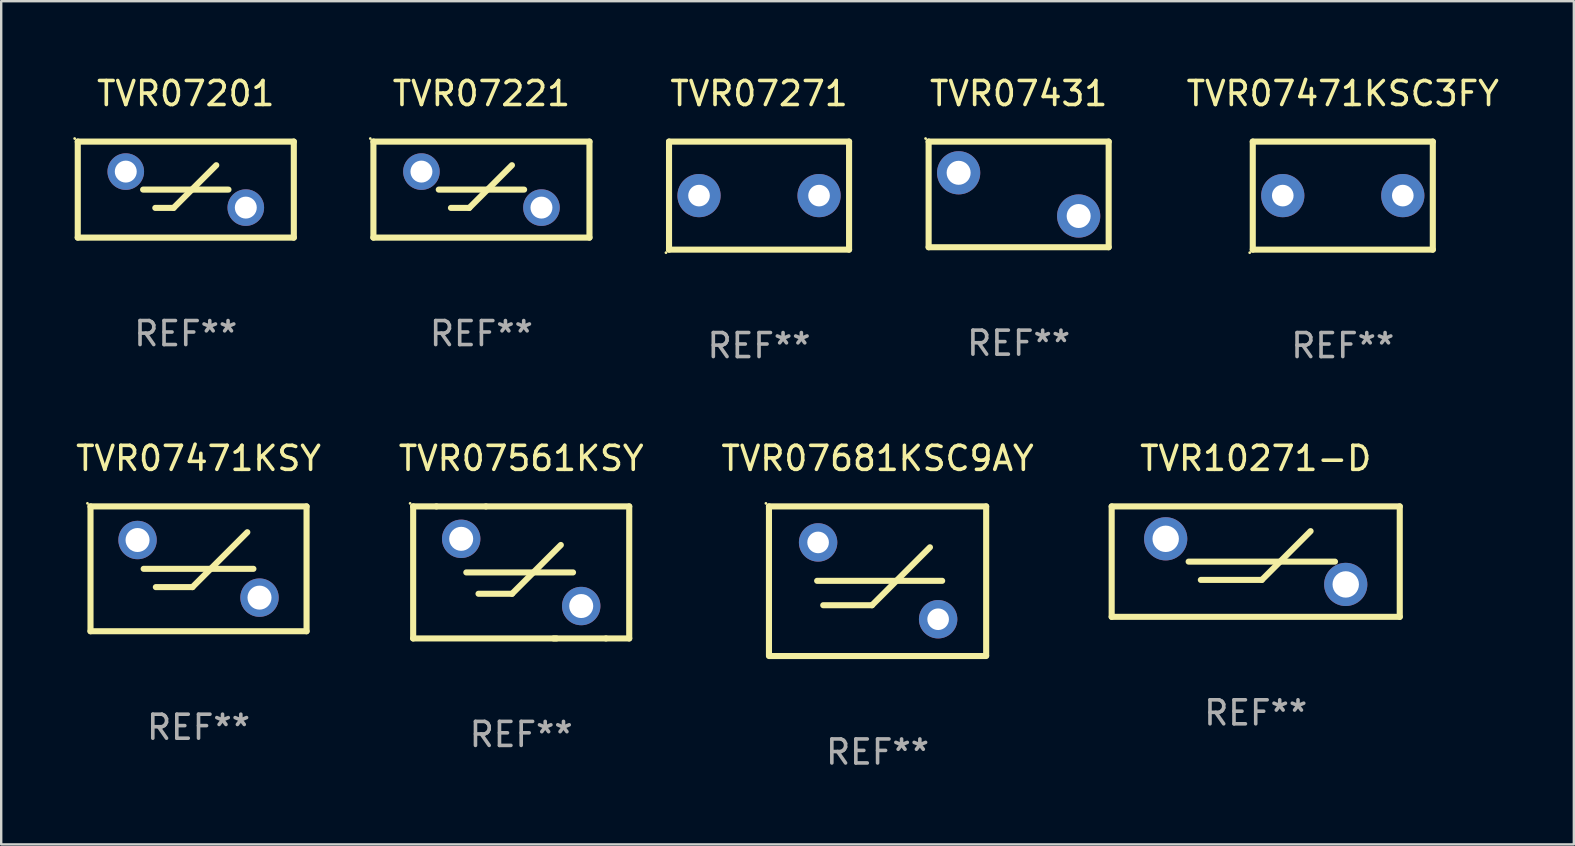
<source format=kicad_pcb>
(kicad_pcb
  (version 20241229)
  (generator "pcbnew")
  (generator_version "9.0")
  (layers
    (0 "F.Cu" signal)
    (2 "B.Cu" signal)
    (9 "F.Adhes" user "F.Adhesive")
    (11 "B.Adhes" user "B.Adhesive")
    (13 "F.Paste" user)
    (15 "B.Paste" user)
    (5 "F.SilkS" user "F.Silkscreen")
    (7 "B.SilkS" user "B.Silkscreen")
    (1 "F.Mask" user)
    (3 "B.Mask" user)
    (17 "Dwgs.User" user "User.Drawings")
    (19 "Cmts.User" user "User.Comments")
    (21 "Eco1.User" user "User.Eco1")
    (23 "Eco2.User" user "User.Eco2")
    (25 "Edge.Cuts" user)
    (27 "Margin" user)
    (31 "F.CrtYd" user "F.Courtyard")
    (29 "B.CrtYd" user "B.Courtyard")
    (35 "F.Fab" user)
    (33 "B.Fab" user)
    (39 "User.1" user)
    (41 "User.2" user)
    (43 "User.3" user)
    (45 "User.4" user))
  (footprint "TVR07561KSY"
    (layer "F.Cu")
    (at 18.661 20.795)
    (property "Reference" "TVR07561KSY" (at 0 -4.75 0) (layer "F.SilkS") (effects (font (size 1 1) (thickness 0.15))))
    (attr through_hole)
    (fp_line (start -4.5 -2.75) (end -3.531 -2.75) (stroke (width 0.254) (type solid)) (layer "F.SilkS"))
    (fp_line (start -4.5 2.75) (end -4.5 -2.75) (stroke (width 0.254) (type solid)) (layer "F.SilkS"))
    (fp_line (start -4.5 2.75) (end 1.469 2.75) (stroke (width 0.254) (type solid)) (layer "F.SilkS"))
    (fp_line (start -3.531 -2.75) (end -1.469 -2.75) (stroke (width 0.254) (type solid)) (layer "F.SilkS"))
    (fp_line (start -2.286 0) (end 2.159 0) (stroke (width 0.254) (type solid)) (layer "F.SilkS"))
    (fp_line (start -1.778 0.889) (end -0.381 0.889) (stroke (width 0.254) (type solid)) (layer "F.SilkS"))
    (fp_line (start -1.469 -2.75) (end 4.5 -2.75) (stroke (width 0.254) (type solid)) (layer "F.SilkS"))
    (fp_line (start -0.381 0.889) (end 1.651 -1.143) (stroke (width 0.254) (type solid)) (layer "F.SilkS"))
    (fp_line (start 1.352 2.75) (end 3.531 2.75) (stroke (width 0.254) (type solid)) (layer "F.SilkS"))
    (fp_line (start 3.531 2.75) (end 4.5 2.75) (stroke (width 0.254) (type solid)) (layer "F.SilkS"))
    (fp_line (start 4.5 -2.75) (end 4.5 2.75) (stroke (width 0.254) (type solid)) (layer "F.SilkS"))
    (fp_circle (center -4.627 -2.877) (end -4.597 -2.877) (stroke (width 0.06) (type solid)) (fill no) (layer "F.SilkS"))
    (fp_text user "REF**" (at 0 6.75 0) (layer "F.Fab") (effects (font (size 1 1) (thickness 0.15))))
    (pad "1" thru_hole circle (at -2.5 -1.4) (size 1.6 1.6) (drill 1) (layers "*.Cu" "*.Mask"))
    (pad "2" thru_hole circle (at 2.5 1.4) (size 1.6 1.6) (drill 1) (layers "*.Cu" "*.Mask")))
  (footprint "TVR07471KSY"
    (layer "F.Cu")
    (at 5.22 20.645)
    (property "Reference" "TVR07471KSY" (at 0 -4.6 0) (layer "F.SilkS") (effects (font (size 1 1) (thickness 0.15))))
    (attr through_hole)
    (fp_line (start -4.5 -2.6) (end 4.5 -2.6) (stroke (width 0.254) (type solid)) (layer "F.SilkS"))
    (fp_line (start -4.5 2.6) (end -4.5 -2.6) (stroke (width 0.254) (type solid)) (layer "F.SilkS"))
    (fp_line (start -4.5 2.6) (end 4.5 2.6) (stroke (width 0.254) (type solid)) (layer "F.SilkS"))
    (fp_line (start -2.286 -0.000013) (end 2.286 -0.000013) (stroke (width 0.254) (type solid)) (layer "F.SilkS"))
    (fp_line (start -1.778 0.762) (end -0.254 0.762) (stroke (width 0.254) (type solid)) (layer "F.SilkS"))
    (fp_line (start -0.254 0.762) (end 2.032 -1.524) (stroke (width 0.254) (type solid)) (layer "F.SilkS"))
    (fp_line (start 4.5 2.6) (end 4.5 -2.6) (stroke (width 0.254) (type solid)) (layer "F.SilkS"))
    (fp_circle (center -4.627 -2.727) (end -4.597 -2.727) (stroke (width 0.06) (type solid)) (fill no) (layer "F.SilkS"))
    (fp_text user "REF**" (at 0 6.6 0) (layer "F.Fab") (effects (font (size 1 1) (thickness 0.15))))
    (pad "1" thru_hole circle (at -2.54 -1.2) (size 1.6 1.6) (drill 1) (layers "*.Cu" "*.Mask"))
    (pad "2" thru_hole circle (at 2.54 1.2) (size 1.6 1.6) (drill 1) (layers "*.Cu" "*.Mask")))
  (footprint "TVR07431"
    (layer "F.Cu")
    (at 39.383 5.048)
    (property "Reference" "TVR07431" (at 0 -4.2 0) (layer "F.SilkS") (effects (font (size 1 1) (thickness 0.15))))
    (attr through_hole)
    (fp_line (start -3.75 -2.2) (end 3.75 -2.2) (stroke (width 0.254) (type solid)) (layer "F.SilkS"))
    (fp_line (start -3.75 2.2) (end -3.75 -2.2) (stroke (width 0.254) (type solid)) (layer "F.SilkS"))
    (fp_line (start 3.75 -2.2) (end 3.75 2.2) (stroke (width 0.254) (type solid)) (layer "F.SilkS"))
    (fp_line (start 3.75 2.2) (end -3.75 2.2) (stroke (width 0.254) (type solid)) (layer "F.SilkS"))
    (fp_circle (center -3.877 -2.327) (end -3.847 -2.327) (stroke (width 0.06) (type solid)) (fill no) (layer "F.SilkS"))
    (fp_text user "REF**" (at 0 6.2 0) (layer "F.Fab") (effects (font (size 1 1) (thickness 0.15))))
    (pad "1" thru_hole circle (at -2.5 -0.9) (size 1.8 1.8) (drill 1) (layers "*.Cu" "*.Mask"))
    (pad "2" thru_hole circle (at 2.5 0.9) (size 1.8 1.8) (drill 1) (layers "*.Cu" "*.Mask")))
  (footprint "TVR07271"
    (layer "F.Cu")
    (at 28.569 5.098)
    (property "Reference" "TVR07271" (at 0 -4.25 0) (layer "F.SilkS") (effects (font (size 1 1) (thickness 0.15))))
    (attr through_hole)
    (fp_line (start -3.75 -2.25) (end -3.75 2.25) (stroke (width 0.254) (type solid)) (layer "F.SilkS"))
    (fp_line (start -3.75 -2.25) (end 3.75 -2.25) (stroke (width 0.254) (type solid)) (layer "F.SilkS"))
    (fp_line (start -3.75 2.25) (end 3.75 2.25) (stroke (width 0.254) (type solid)) (layer "F.SilkS"))
    (fp_line (start 3.75 -2.25) (end 3.75 2.25) (stroke (width 0.254) (type solid)) (layer "F.SilkS"))
    (fp_circle (center -3.877 2.377) (end -3.847 2.377) (stroke (width 0.06) (type solid)) (fill no) (layer "F.SilkS"))
    (fp_text user "REF**" (at 0 6.25 0) (layer "F.Fab") (effects (font (size 1 1) (thickness 0.15))))
    (pad "1" thru_hole circle (at -2.5 0) (size 1.8 1.8) (drill 0.9) (layers "*.Cu" "*.Mask"))
    (pad "2" thru_hole circle (at 2.5 0) (size 1.8 1.8) (drill 0.9) (layers "*.Cu" "*.Mask")))
  (footprint "TVR07471KSC3FY"
    (layer "F.Cu")
    (at 52.885 5.098)
    (property "Reference" "TVR07471KSC3FY" (at 0 -4.25 0) (layer "F.SilkS") (effects (font (size 1 1) (thickness 0.15))))
    (attr through_hole)
    (fp_line (start -3.75 -2.25) (end -3.75 2.25) (stroke (width 0.254) (type solid)) (layer "F.SilkS"))
    (fp_line (start -3.75 -2.25) (end 3.75 -2.25) (stroke (width 0.254) (type solid)) (layer "F.SilkS"))
    (fp_line (start -3.75 2.25) (end 3.75 2.25) (stroke (width 0.254) (type solid)) (layer "F.SilkS"))
    (fp_line (start 3.75 -2.25) (end 3.75 2.25) (stroke (width 0.254) (type solid)) (layer "F.SilkS"))
    (fp_circle (center -3.877 2.377) (end -3.847 2.377) (stroke (width 0.06) (type solid)) (fill no) (layer "F.SilkS"))
    (fp_text user "REF**" (at 0 6.25 0) (layer "F.Fab") (effects (font (size 1 1) (thickness 0.15))))
    (pad "1" thru_hole circle (at -2.5 0) (size 1.8 1.8) (drill 0.9) (layers "*.Cu" "*.Mask"))
    (pad "2" thru_hole circle (at 2.5 0) (size 1.8 1.8) (drill 0.9) (layers "*.Cu" "*.Mask")))
  (footprint "TVR07681KSC9AY"
    (layer "F.Cu")
    (at 33.506 21.161)
    (property "Reference" "TVR07681KSC9AY" (at 0 -5.116 0) (layer "F.SilkS") (effects (font (size 1 1) (thickness 0.15))))
    (attr through_hole)
    (fp_line (start -4.524 -3.116) (end 4.524 -3.116) (stroke (width 0.254) (type solid)) (layer "F.SilkS"))
    (fp_line (start -4.524 3.084) (end -4.524 -3.116) (stroke (width 0.254) (type solid)) (layer "F.SilkS"))
    (fp_line (start -4.524 3.116) (end 4.524 3.116) (stroke (width 0.254) (type solid)) (layer "F.SilkS"))
    (fp_line (start -2.517 -0.016) (end 2.691 -0.016) (stroke (width 0.254) (type solid)) (layer "F.SilkS"))
    (fp_line (start -2.263 1) (end -0.231 1) (stroke (width 0.254) (type solid)) (layer "F.SilkS"))
    (fp_line (start -0.231 1) (end 2.182 -1.413) (stroke (width 0.254) (type solid)) (layer "F.SilkS"))
    (fp_line (start 4.524 -3.116) (end 4.524 3.084) (stroke (width 0.254) (type solid)) (layer "F.SilkS"))
    (fp_circle (center -4.651 -3.243) (end -4.621 -3.243) (stroke (width 0.06) (type solid)) (fill no) (layer "F.SilkS"))
    (fp_text user "REF**" (at 0 7.116 0) (layer "F.Fab") (effects (font (size 1 1) (thickness 0.15))))
    (pad "1" thru_hole circle (at -2.477 -1.616) (size 1.6 1.6) (drill 0.9) (layers "*.Cu" "*.Mask"))
    (pad "2" thru_hole circle (at 2.523 1.584) (size 1.6 1.6) (drill 0.9) (layers "*.Cu" "*.Mask")))
  (footprint "TVR10271-D"
    (layer "F.Cu")
    (at 49.258 20.345)
    (property "Reference" "TVR10271-D" (at 0 -4.3 0) (layer "F.SilkS") (effects (font (size 1 1) (thickness 0.15))))
    (attr through_hole)
    (fp_line (start -6 -2.3) (end -6 2.3) (stroke (width 0.254) (type solid)) (layer "F.SilkS"))
    (fp_line (start -6 -2.3) (end 6 -2.3) (stroke (width 0.254) (type solid)) (layer "F.SilkS"))
    (fp_line (start -6 2.3) (end 6 2.3) (stroke (width 0.254) (type solid)) (layer "F.SilkS"))
    (fp_line (start -2.794 0) (end 3.302 0) (stroke (width 0.254) (type solid)) (layer "F.SilkS"))
    (fp_line (start -2.286 0.762) (end 0.254 0.762) (stroke (width 0.254) (type solid)) (layer "F.SilkS"))
    (fp_line (start 0.254 0.762) (end 2.286 -1.27) (stroke (width 0.254) (type solid)) (layer "F.SilkS"))
    (fp_line (start 6 -2.3) (end 6 2.3) (stroke (width 0.254) (type solid)) (layer "F.SilkS"))
    (fp_circle (center -6 -2.3) (end -5.97 -2.3) (stroke (width 0.06) (type solid)) (fill no) (layer "F.SilkS"))
    (fp_text user "REF**" (at 0 6.3 0) (layer "F.Fab") (effects (font (size 1 1) (thickness 0.15))))
    (pad "1" thru_hole circle (at -3.75 -0.95) (size 1.8 1.8) (drill 1.1) (layers "*.Cu" "*.Mask"))
    (pad "2" thru_hole circle (at 3.75 0.95) (size 1.8 1.8) (drill 1.1) (layers "*.Cu" "*.Mask")))
  (footprint "TVR07201"
    (layer "F.Cu")
    (at 4.688 4.848)
    (property "Reference" "TVR07201" (at 0 -4 0) (layer "F.SilkS") (effects (font (size 1 1) (thickness 0.15))))
    (attr through_hole)
    (fp_line (start -4.499 -2) (end 4.501 -2) (stroke (width 0.254) (type solid)) (layer "F.SilkS"))
    (fp_line (start -4.499 1.998) (end -4.499 -2) (stroke (width 0.254) (type solid)) (layer "F.SilkS"))
    (fp_line (start -1.777 0) (end 1.779 0) (stroke (width 0.254) (type solid)) (layer "F.SilkS"))
    (fp_line (start -1.269 0.762) (end -0.507 0.762) (stroke (width 0.254) (type solid)) (layer "F.SilkS"))
    (fp_line (start -0.507 0.762) (end 1.271 -1.016) (stroke (width 0.254) (type solid)) (layer "F.SilkS"))
    (fp_line (start 4.501 -2) (end 4.501 2) (stroke (width 0.254) (type solid)) (layer "F.SilkS"))
    (fp_line (start 4.501 2) (end -4.501 2) (stroke (width 0.254) (type solid)) (layer "F.SilkS"))
    (fp_circle (center -4.628 -2.127) (end -4.598 -2.127) (stroke (width 0.06) (type solid)) (fill no) (layer "F.SilkS"))
    (fp_text user "REF**" (at 0 6 0) (layer "F.Fab") (effects (font (size 1 1) (thickness 0.15))))
    (pad "1" thru_hole circle (at -2.499 -0.75) (size 1.524 1.524) (drill 0.914) (layers "*.Cu" "*.Mask"))
    (pad "2" thru_hole circle (at 2.501 0.75) (size 1.524 1.524) (drill 0.914) (layers "*.Cu" "*.Mask")))
  (footprint "TVR07221"
    (layer "F.Cu")
    (at 17.004 4.848)
    (property "Reference" "TVR07221" (at 0 -4 0) (layer "F.SilkS") (effects (font (size 1 1) (thickness 0.15))))
    (attr through_hole)
    (fp_line (start -4.499 -2) (end 4.501 -2) (stroke (width 0.254) (type solid)) (layer "F.SilkS"))
    (fp_line (start -4.499 1.998) (end -4.499 -2) (stroke (width 0.254) (type solid)) (layer "F.SilkS"))
    (fp_line (start -1.777 0) (end 1.779 0) (stroke (width 0.254) (type solid)) (layer "F.SilkS"))
    (fp_line (start -1.269 0.762) (end -0.507 0.762) (stroke (width 0.254) (type solid)) (layer "F.SilkS"))
    (fp_line (start -0.507 0.762) (end 1.271 -1.016) (stroke (width 0.254) (type solid)) (layer "F.SilkS"))
    (fp_line (start 4.501 -2) (end 4.501 2) (stroke (width 0.254) (type solid)) (layer "F.SilkS"))
    (fp_line (start 4.501 2) (end -4.501 2) (stroke (width 0.254) (type solid)) (layer "F.SilkS"))
    (fp_circle (center -4.628 -2.127) (end -4.598 -2.127) (stroke (width 0.06) (type solid)) (fill no) (layer "F.SilkS"))
    (fp_text user "REF**" (at 0 6 0) (layer "F.Fab") (effects (font (size 1 1) (thickness 0.15))))
    (pad "1" thru_hole circle (at -2.499 -0.75) (size 1.524 1.524) (drill 0.914) (layers "*.Cu" "*.Mask"))
    (pad "2" thru_hole circle (at 2.501 0.75) (size 1.524 1.524) (drill 0.914) (layers "*.Cu" "*.Mask")))
  (gr_rect
    (start -3 -3)
    (end 62.51 32.125)
    (stroke (width 0.1) (type default))
    (fill no)
    (layer "Edge.Cuts")))
</source>
